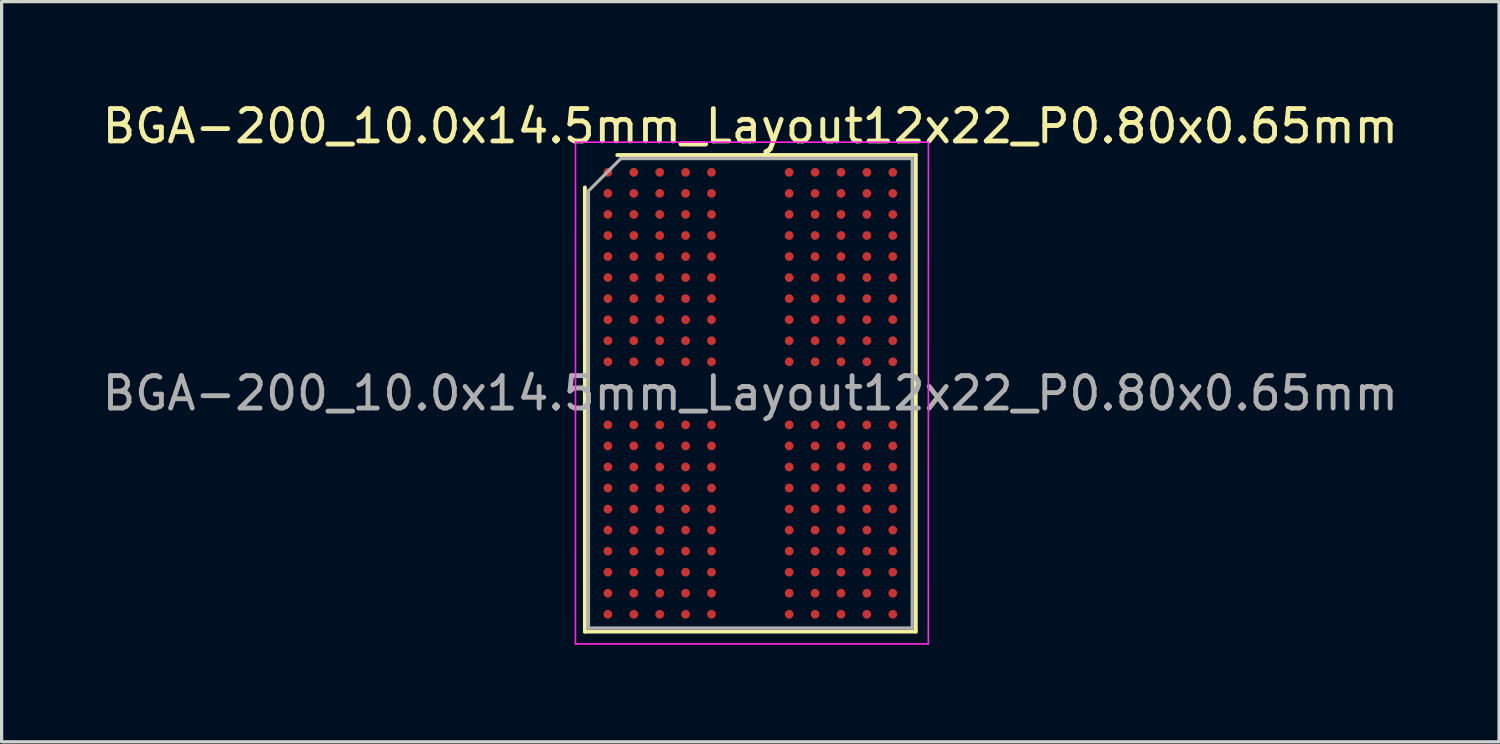
<source format=kicad_pcb>
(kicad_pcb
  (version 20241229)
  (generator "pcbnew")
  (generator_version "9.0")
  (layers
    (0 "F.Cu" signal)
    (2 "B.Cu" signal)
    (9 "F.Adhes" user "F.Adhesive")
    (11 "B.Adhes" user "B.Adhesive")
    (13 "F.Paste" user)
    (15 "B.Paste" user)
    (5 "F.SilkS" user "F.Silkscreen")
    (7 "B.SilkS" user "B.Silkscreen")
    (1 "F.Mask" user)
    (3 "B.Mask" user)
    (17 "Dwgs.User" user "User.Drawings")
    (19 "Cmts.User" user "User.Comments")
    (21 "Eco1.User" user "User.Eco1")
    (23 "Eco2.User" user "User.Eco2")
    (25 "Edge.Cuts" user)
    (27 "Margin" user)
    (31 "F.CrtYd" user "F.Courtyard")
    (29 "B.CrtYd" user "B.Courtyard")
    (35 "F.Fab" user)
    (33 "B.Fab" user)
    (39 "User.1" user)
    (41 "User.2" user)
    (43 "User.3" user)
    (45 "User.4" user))
  (footprint "BGA-200_10.0x14.5mm_Layout12x22_P0.80x0.65mm"
    (layer "F.Cu")
    (at 20.125 9.098)
    (property "Reference" "BGA-200_10.0x14.5mm_Layout12x22_P0.80x0.65mm" (at 0 -8.25 0) (layer "F.SilkS") (effects (font (size 1 1) (thickness 0.15))))
    (attr smd)
    (fp_line (start -5.11 7.36) (end -5.11 -6.36) (stroke (width 0.12) (type solid)) (layer "F.SilkS"))
    (fp_line (start -4.11 -7.36) (end 5.11 -7.36) (stroke (width 0.12) (type solid)) (layer "F.SilkS"))
    (fp_line (start 5.11 -7.36) (end 5.11 7.36) (stroke (width 0.12) (type solid)) (layer "F.SilkS"))
    (fp_line (start 5.11 7.36) (end -5.11 7.36) (stroke (width 0.12) (type solid)) (layer "F.SilkS"))
    (fp_line (start -5.402 7.74) (end 5.498 7.74) (stroke (width 0.05) (type solid)) (layer "F.CrtYd"))
    (fp_line (start -5.4 -7.756) (end -5.402 7.74) (stroke (width 0.05) (type solid)) (layer "F.CrtYd"))
    (fp_line (start 5.498 7.74) (end 5.5 -7.756) (stroke (width 0.05) (type solid)) (layer "F.CrtYd"))
    (fp_line (start 5.5 -7.756) (end -5.4 -7.756) (stroke (width 0.05) (type solid)) (layer "F.CrtYd"))
    (fp_line (start -5 -6.25) (end -4 -7.25) (stroke (width 0.1) (type solid)) (layer "F.Fab"))
    (fp_line (start -5 7.25) (end -5 -6.25) (stroke (width 0.1) (type solid)) (layer "F.Fab"))
    (fp_line (start -4 -7.25) (end 5 -7.25) (stroke (width 0.1) (type solid)) (layer "F.Fab"))
    (fp_line (start 5 -7.25) (end 5 7.25) (stroke (width 0.1) (type solid)) (layer "F.Fab"))
    (fp_line (start 5 7.25) (end -5 7.25) (stroke (width 0.1) (type solid)) (layer "F.Fab"))
    (fp_text user "${REFERENCE}" (at 0 0 0) (layer "F.Fab") (effects (font (size 1 1) (thickness 0.15))))
    (pad "A1" smd circle (at -4.4 -6.825) (size 0.27 0.27) (layers "F.Cu" "F.Mask" "F.Paste"))
    (pad "A2" smd circle (at -3.6 -6.825) (size 0.27 0.27) (layers "F.Cu" "F.Mask" "F.Paste"))
    (pad "A3" smd circle (at -2.8 -6.825) (size 0.27 0.27) (layers "F.Cu" "F.Mask" "F.Paste"))
    (pad "A4" smd circle (at -2 -6.825) (size 0.27 0.27) (layers "F.Cu" "F.Mask" "F.Paste"))
    (pad "A5" smd circle (at -1.2 -6.825) (size 0.27 0.27) (layers "F.Cu" "F.Mask" "F.Paste"))
    (pad "A8" smd circle (at 1.2 -6.825) (size 0.27 0.27) (layers "F.Cu" "F.Mask" "F.Paste"))
    (pad "A9" smd circle (at 2 -6.825) (size 0.27 0.27) (layers "F.Cu" "F.Mask" "F.Paste"))
    (pad "A10" smd circle (at 2.8 -6.825) (size 0.27 0.27) (layers "F.Cu" "F.Mask" "F.Paste"))
    (pad "A11" smd circle (at 3.6 -6.825) (size 0.27 0.27) (layers "F.Cu" "F.Mask" "F.Paste"))
    (pad "A12" smd circle (at 4.4 -6.825) (size 0.27 0.27) (layers "F.Cu" "F.Mask" "F.Paste"))
    (pad "AA1" smd circle (at -4.4 6.175) (size 0.27 0.27) (layers "F.Cu" "F.Mask" "F.Paste"))
    (pad "AA2" smd circle (at -3.6 6.175) (size 0.27 0.27) (layers "F.Cu" "F.Mask" "F.Paste"))
    (pad "AA3" smd circle (at -2.8 6.175) (size 0.27 0.27) (layers "F.Cu" "F.Mask" "F.Paste"))
    (pad "AA4" smd circle (at -2 6.175) (size 0.27 0.27) (layers "F.Cu" "F.Mask" "F.Paste"))
    (pad "AA5" smd circle (at -1.2 6.175) (size 0.27 0.27) (layers "F.Cu" "F.Mask" "F.Paste"))
    (pad "AA8" smd circle (at 1.2 6.175) (size 0.27 0.27) (layers "F.Cu" "F.Mask" "F.Paste"))
    (pad "AA9" smd circle (at 2 6.175) (size 0.27 0.27) (layers "F.Cu" "F.Mask" "F.Paste"))
    (pad "AA10" smd circle (at 2.8 6.175) (size 0.27 0.27) (layers "F.Cu" "F.Mask" "F.Paste"))
    (pad "AA11" smd circle (at 3.6 6.175) (size 0.27 0.27) (layers "F.Cu" "F.Mask" "F.Paste"))
    (pad "AA12" smd circle (at 4.4 6.175) (size 0.27 0.27) (layers "F.Cu" "F.Mask" "F.Paste"))
    (pad "AB1" smd circle (at -4.4 6.825) (size 0.27 0.27) (layers "F.Cu" "F.Mask" "F.Paste"))
    (pad "AB2" smd circle (at -3.6 6.825) (size 0.27 0.27) (layers "F.Cu" "F.Mask" "F.Paste"))
    (pad "AB3" smd circle (at -2.8 6.825) (size 0.27 0.27) (layers "F.Cu" "F.Mask" "F.Paste"))
    (pad "AB4" smd circle (at -2 6.825) (size 0.27 0.27) (layers "F.Cu" "F.Mask" "F.Paste"))
    (pad "AB5" smd circle (at -1.2 6.825) (size 0.27 0.27) (layers "F.Cu" "F.Mask" "F.Paste"))
    (pad "AB8" smd circle (at 1.2 6.825) (size 0.27 0.27) (layers "F.Cu" "F.Mask" "F.Paste"))
    (pad "AB9" smd circle (at 2 6.825) (size 0.27 0.27) (layers "F.Cu" "F.Mask" "F.Paste"))
    (pad "AB10" smd circle (at 2.8 6.825) (size 0.27 0.27) (layers "F.Cu" "F.Mask" "F.Paste"))
    (pad "AB11" smd circle (at 3.6 6.825) (size 0.27 0.27) (layers "F.Cu" "F.Mask" "F.Paste"))
    (pad "AB12" smd circle (at 4.4 6.825) (size 0.27 0.27) (layers "F.Cu" "F.Mask" "F.Paste"))
    (pad "B1" smd circle (at -4.4 -6.175) (size 0.27 0.27) (layers "F.Cu" "F.Mask" "F.Paste"))
    (pad "B2" smd circle (at -3.6 -6.175) (size 0.27 0.27) (layers "F.Cu" "F.Mask" "F.Paste"))
    (pad "B3" smd circle (at -2.8 -6.175) (size 0.27 0.27) (layers "F.Cu" "F.Mask" "F.Paste"))
    (pad "B4" smd circle (at -2 -6.175) (size 0.27 0.27) (layers "F.Cu" "F.Mask" "F.Paste"))
    (pad "B5" smd circle (at -1.2 -6.175) (size 0.27 0.27) (layers "F.Cu" "F.Mask" "F.Paste"))
    (pad "B8" smd circle (at 1.2 -6.175) (size 0.27 0.27) (layers "F.Cu" "F.Mask" "F.Paste"))
    (pad "B9" smd circle (at 2 -6.175) (size 0.27 0.27) (layers "F.Cu" "F.Mask" "F.Paste"))
    (pad "B10" smd circle (at 2.8 -6.175) (size 0.27 0.27) (layers "F.Cu" "F.Mask" "F.Paste"))
    (pad "B11" smd circle (at 3.6 -6.175) (size 0.27 0.27) (layers "F.Cu" "F.Mask" "F.Paste"))
    (pad "B12" smd circle (at 4.4 -6.175) (size 0.27 0.27) (layers "F.Cu" "F.Mask" "F.Paste"))
    (pad "C1" smd circle (at -4.4 -5.525) (size 0.27 0.27) (layers "F.Cu" "F.Mask" "F.Paste"))
    (pad "C2" smd circle (at -3.6 -5.525) (size 0.27 0.27) (layers "F.Cu" "F.Mask" "F.Paste"))
    (pad "C3" smd circle (at -2.8 -5.525) (size 0.27 0.27) (layers "F.Cu" "F.Mask" "F.Paste"))
    (pad "C4" smd circle (at -2 -5.525) (size 0.27 0.27) (layers "F.Cu" "F.Mask" "F.Paste"))
    (pad "C5" smd circle (at -1.2 -5.525) (size 0.27 0.27) (layers "F.Cu" "F.Mask" "F.Paste"))
    (pad "C8" smd circle (at 1.2 -5.525) (size 0.27 0.27) (layers "F.Cu" "F.Mask" "F.Paste"))
    (pad "C9" smd circle (at 2 -5.525) (size 0.27 0.27) (layers "F.Cu" "F.Mask" "F.Paste"))
    (pad "C10" smd circle (at 2.8 -5.525) (size 0.27 0.27) (layers "F.Cu" "F.Mask" "F.Paste"))
    (pad "C11" smd circle (at 3.6 -5.525) (size 0.27 0.27) (layers "F.Cu" "F.Mask" "F.Paste"))
    (pad "C12" smd circle (at 4.4 -5.525) (size 0.27 0.27) (layers "F.Cu" "F.Mask" "F.Paste"))
    (pad "D1" smd circle (at -4.4 -4.875) (size 0.27 0.27) (layers "F.Cu" "F.Mask" "F.Paste"))
    (pad "D2" smd circle (at -3.6 -4.875) (size 0.27 0.27) (layers "F.Cu" "F.Mask" "F.Paste"))
    (pad "D3" smd circle (at -2.8 -4.875) (size 0.27 0.27) (layers "F.Cu" "F.Mask" "F.Paste"))
    (pad "D4" smd circle (at -2 -4.875) (size 0.27 0.27) (layers "F.Cu" "F.Mask" "F.Paste"))
    (pad "D5" smd circle (at -1.2 -4.875) (size 0.27 0.27) (layers "F.Cu" "F.Mask" "F.Paste"))
    (pad "D8" smd circle (at 1.2 -4.875) (size 0.27 0.27) (layers "F.Cu" "F.Mask" "F.Paste"))
    (pad "D9" smd circle (at 2 -4.875) (size 0.27 0.27) (layers "F.Cu" "F.Mask" "F.Paste"))
    (pad "D10" smd circle (at 2.8 -4.875) (size 0.27 0.27) (layers "F.Cu" "F.Mask" "F.Paste"))
    (pad "D11" smd circle (at 3.6 -4.875) (size 0.27 0.27) (layers "F.Cu" "F.Mask" "F.Paste"))
    (pad "D12" smd circle (at 4.4 -4.875) (size 0.27 0.27) (layers "F.Cu" "F.Mask" "F.Paste"))
    (pad "E1" smd circle (at -4.4 -4.225) (size 0.27 0.27) (layers "F.Cu" "F.Mask" "F.Paste"))
    (pad "E2" smd circle (at -3.6 -4.225) (size 0.27 0.27) (layers "F.Cu" "F.Mask" "F.Paste"))
    (pad "E3" smd circle (at -2.8 -4.225) (size 0.27 0.27) (layers "F.Cu" "F.Mask" "F.Paste"))
    (pad "E4" smd circle (at -2 -4.225) (size 0.27 0.27) (layers "F.Cu" "F.Mask" "F.Paste"))
    (pad "E5" smd circle (at -1.2 -4.225) (size 0.27 0.27) (layers "F.Cu" "F.Mask" "F.Paste"))
    (pad "E8" smd circle (at 1.2 -4.225) (size 0.27 0.27) (layers "F.Cu" "F.Mask" "F.Paste"))
    (pad "E9" smd circle (at 2 -4.225) (size 0.27 0.27) (layers "F.Cu" "F.Mask" "F.Paste"))
    (pad "E10" smd circle (at 2.8 -4.225) (size 0.27 0.27) (layers "F.Cu" "F.Mask" "F.Paste"))
    (pad "E11" smd circle (at 3.6 -4.225) (size 0.27 0.27) (layers "F.Cu" "F.Mask" "F.Paste"))
    (pad "E12" smd circle (at 4.4 -4.225) (size 0.27 0.27) (layers "F.Cu" "F.Mask" "F.Paste"))
    (pad "F1" smd circle (at -4.4 -3.575) (size 0.27 0.27) (layers "F.Cu" "F.Mask" "F.Paste"))
    (pad "F2" smd circle (at -3.6 -3.575) (size 0.27 0.27) (layers "F.Cu" "F.Mask" "F.Paste"))
    (pad "F3" smd circle (at -2.8 -3.575) (size 0.27 0.27) (layers "F.Cu" "F.Mask" "F.Paste"))
    (pad "F4" smd circle (at -2 -3.575) (size 0.27 0.27) (layers "F.Cu" "F.Mask" "F.Paste"))
    (pad "F5" smd circle (at -1.2 -3.575) (size 0.27 0.27) (layers "F.Cu" "F.Mask" "F.Paste"))
    (pad "F8" smd circle (at 1.2 -3.575) (size 0.27 0.27) (layers "F.Cu" "F.Mask" "F.Paste"))
    (pad "F9" smd circle (at 2 -3.575) (size 0.27 0.27) (layers "F.Cu" "F.Mask" "F.Paste"))
    (pad "F10" smd circle (at 2.8 -3.575) (size 0.27 0.27) (layers "F.Cu" "F.Mask" "F.Paste"))
    (pad "F11" smd circle (at 3.6 -3.575) (size 0.27 0.27) (layers "F.Cu" "F.Mask" "F.Paste"))
    (pad "F12" smd circle (at 4.4 -3.575) (size 0.27 0.27) (layers "F.Cu" "F.Mask" "F.Paste"))
    (pad "G1" smd circle (at -4.4 -2.925) (size 0.27 0.27) (layers "F.Cu" "F.Mask" "F.Paste"))
    (pad "G2" smd circle (at -3.6 -2.925) (size 0.27 0.27) (layers "F.Cu" "F.Mask" "F.Paste"))
    (pad "G3" smd circle (at -2.8 -2.925) (size 0.27 0.27) (layers "F.Cu" "F.Mask" "F.Paste"))
    (pad "G4" smd circle (at -2 -2.925) (size 0.27 0.27) (layers "F.Cu" "F.Mask" "F.Paste"))
    (pad "G5" smd circle (at -1.2 -2.925) (size 0.27 0.27) (layers "F.Cu" "F.Mask" "F.Paste"))
    (pad "G8" smd circle (at 1.2 -2.925) (size 0.27 0.27) (layers "F.Cu" "F.Mask" "F.Paste"))
    (pad "G9" smd circle (at 2 -2.925) (size 0.27 0.27) (layers "F.Cu" "F.Mask" "F.Paste"))
    (pad "G10" smd circle (at 2.8 -2.925) (size 0.27 0.27) (layers "F.Cu" "F.Mask" "F.Paste"))
    (pad "G11" smd circle (at 3.6 -2.925) (size 0.27 0.27) (layers "F.Cu" "F.Mask" "F.Paste"))
    (pad "G12" smd circle (at 4.4 -2.925) (size 0.27 0.27) (layers "F.Cu" "F.Mask" "F.Paste"))
    (pad "H1" smd circle (at -4.4 -2.275) (size 0.27 0.27) (layers "F.Cu" "F.Mask" "F.Paste"))
    (pad "H2" smd circle (at -3.6 -2.275) (size 0.27 0.27) (layers "F.Cu" "F.Mask" "F.Paste"))
    (pad "H3" smd circle (at -2.8 -2.275) (size 0.27 0.27) (layers "F.Cu" "F.Mask" "F.Paste"))
    (pad "H4" smd circle (at -2 -2.275) (size 0.27 0.27) (layers "F.Cu" "F.Mask" "F.Paste"))
    (pad "H5" smd circle (at -1.2 -2.275) (size 0.27 0.27) (layers "F.Cu" "F.Mask" "F.Paste"))
    (pad "H8" smd circle (at 1.2 -2.275) (size 0.27 0.27) (layers "F.Cu" "F.Mask" "F.Paste"))
    (pad "H9" smd circle (at 2 -2.275) (size 0.27 0.27) (layers "F.Cu" "F.Mask" "F.Paste"))
    (pad "H10" smd circle (at 2.8 -2.275) (size 0.27 0.27) (layers "F.Cu" "F.Mask" "F.Paste"))
    (pad "H11" smd circle (at 3.6 -2.275) (size 0.27 0.27) (layers "F.Cu" "F.Mask" "F.Paste"))
    (pad "H12" smd circle (at 4.4 -2.275) (size 0.27 0.27) (layers "F.Cu" "F.Mask" "F.Paste"))
    (pad "J1" smd circle (at -4.4 -1.625) (size 0.27 0.27) (layers "F.Cu" "F.Mask" "F.Paste"))
    (pad "J2" smd circle (at -3.6 -1.625) (size 0.27 0.27) (layers "F.Cu" "F.Mask" "F.Paste"))
    (pad "J3" smd circle (at -2.8 -1.625) (size 0.27 0.27) (layers "F.Cu" "F.Mask" "F.Paste"))
    (pad "J4" smd circle (at -2 -1.625) (size 0.27 0.27) (layers "F.Cu" "F.Mask" "F.Paste"))
    (pad "J5" smd circle (at -1.2 -1.625) (size 0.27 0.27) (layers "F.Cu" "F.Mask" "F.Paste"))
    (pad "J8" smd circle (at 1.2 -1.625) (size 0.27 0.27) (layers "F.Cu" "F.Mask" "F.Paste"))
    (pad "J9" smd circle (at 2 -1.625) (size 0.27 0.27) (layers "F.Cu" "F.Mask" "F.Paste"))
    (pad "J10" smd circle (at 2.8 -1.625) (size 0.27 0.27) (layers "F.Cu" "F.Mask" "F.Paste"))
    (pad "J11" smd circle (at 3.6 -1.625) (size 0.27 0.27) (layers "F.Cu" "F.Mask" "F.Paste"))
    (pad "J12" smd circle (at 4.4 -1.625) (size 0.27 0.27) (layers "F.Cu" "F.Mask" "F.Paste"))
    (pad "K1" smd circle (at -4.4 -0.975) (size 0.27 0.27) (layers "F.Cu" "F.Mask" "F.Paste"))
    (pad "K2" smd circle (at -3.6 -0.975) (size 0.27 0.27) (layers "F.Cu" "F.Mask" "F.Paste"))
    (pad "K3" smd circle (at -2.8 -0.975) (size 0.27 0.27) (layers "F.Cu" "F.Mask" "F.Paste"))
    (pad "K4" smd circle (at -2 -0.975) (size 0.27 0.27) (layers "F.Cu" "F.Mask" "F.Paste"))
    (pad "K5" smd circle (at -1.2 -0.975) (size 0.27 0.27) (layers "F.Cu" "F.Mask" "F.Paste"))
    (pad "K8" smd circle (at 1.2 -0.975) (size 0.27 0.27) (layers "F.Cu" "F.Mask" "F.Paste"))
    (pad "K9" smd circle (at 2 -0.975) (size 0.27 0.27) (layers "F.Cu" "F.Mask" "F.Paste"))
    (pad "K10" smd circle (at 2.8 -0.975) (size 0.27 0.27) (layers "F.Cu" "F.Mask" "F.Paste"))
    (pad "K11" smd circle (at 3.6 -0.975) (size 0.27 0.27) (layers "F.Cu" "F.Mask" "F.Paste"))
    (pad "K12" smd circle (at 4.4 -0.975) (size 0.27 0.27) (layers "F.Cu" "F.Mask" "F.Paste"))
    (pad "N1" smd circle (at -4.4 0.975) (size 0.27 0.27) (layers "F.Cu" "F.Mask" "F.Paste"))
    (pad "N2" smd circle (at -3.6 0.975) (size 0.27 0.27) (layers "F.Cu" "F.Mask" "F.Paste"))
    (pad "N3" smd circle (at -2.8 0.975) (size 0.27 0.27) (layers "F.Cu" "F.Mask" "F.Paste"))
    (pad "N4" smd circle (at -2 0.975) (size 0.27 0.27) (layers "F.Cu" "F.Mask" "F.Paste"))
    (pad "N5" smd circle (at -1.2 0.975) (size 0.27 0.27) (layers "F.Cu" "F.Mask" "F.Paste"))
    (pad "N8" smd circle (at 1.2 0.975) (size 0.27 0.27) (layers "F.Cu" "F.Mask" "F.Paste"))
    (pad "N9" smd circle (at 2 0.975) (size 0.27 0.27) (layers "F.Cu" "F.Mask" "F.Paste"))
    (pad "N10" smd circle (at 2.8 0.975) (size 0.27 0.27) (layers "F.Cu" "F.Mask" "F.Paste"))
    (pad "N11" smd circle (at 3.6 0.975) (size 0.27 0.27) (layers "F.Cu" "F.Mask" "F.Paste"))
    (pad "N12" smd circle (at 4.4 0.975) (size 0.27 0.27) (layers "F.Cu" "F.Mask" "F.Paste"))
    (pad "P1" smd circle (at -4.4 1.625) (size 0.27 0.27) (layers "F.Cu" "F.Mask" "F.Paste"))
    (pad "P2" smd circle (at -3.6 1.625) (size 0.27 0.27) (layers "F.Cu" "F.Mask" "F.Paste"))
    (pad "P3" smd circle (at -2.8 1.625) (size 0.27 0.27) (layers "F.Cu" "F.Mask" "F.Paste"))
    (pad "P4" smd circle (at -2 1.625) (size 0.27 0.27) (layers "F.Cu" "F.Mask" "F.Paste"))
    (pad "P5" smd circle (at -1.2 1.625) (size 0.27 0.27) (layers "F.Cu" "F.Mask" "F.Paste"))
    (pad "P8" smd circle (at 1.2 1.625) (size 0.27 0.27) (layers "F.Cu" "F.Mask" "F.Paste"))
    (pad "P9" smd circle (at 2 1.625) (size 0.27 0.27) (layers "F.Cu" "F.Mask" "F.Paste"))
    (pad "P10" smd circle (at 2.8 1.625) (size 0.27 0.27) (layers "F.Cu" "F.Mask" "F.Paste"))
    (pad "P11" smd circle (at 3.6 1.625) (size 0.27 0.27) (layers "F.Cu" "F.Mask" "F.Paste"))
    (pad "P12" smd circle (at 4.4 1.625) (size 0.27 0.27) (layers "F.Cu" "F.Mask" "F.Paste"))
    (pad "R1" smd circle (at -4.4 2.275) (size 0.27 0.27) (layers "F.Cu" "F.Mask" "F.Paste"))
    (pad "R2" smd circle (at -3.6 2.275) (size 0.27 0.27) (layers "F.Cu" "F.Mask" "F.Paste"))
    (pad "R3" smd circle (at -2.8 2.275) (size 0.27 0.27) (layers "F.Cu" "F.Mask" "F.Paste"))
    (pad "R4" smd circle (at -2 2.275) (size 0.27 0.27) (layers "F.Cu" "F.Mask" "F.Paste"))
    (pad "R5" smd circle (at -1.2 2.275) (size 0.27 0.27) (layers "F.Cu" "F.Mask" "F.Paste"))
    (pad "R8" smd circle (at 1.2 2.275) (size 0.27 0.27) (layers "F.Cu" "F.Mask" "F.Paste"))
    (pad "R9" smd circle (at 2 2.275) (size 0.27 0.27) (layers "F.Cu" "F.Mask" "F.Paste"))
    (pad "R10" smd circle (at 2.8 2.275) (size 0.27 0.27) (layers "F.Cu" "F.Mask" "F.Paste"))
    (pad "R11" smd circle (at 3.6 2.275) (size 0.27 0.27) (layers "F.Cu" "F.Mask" "F.Paste"))
    (pad "R12" smd circle (at 4.4 2.275) (size 0.27 0.27) (layers "F.Cu" "F.Mask" "F.Paste"))
    (pad "T1" smd circle (at -4.4 2.925) (size 0.27 0.27) (layers "F.Cu" "F.Mask" "F.Paste"))
    (pad "T2" smd circle (at -3.6 2.925) (size 0.27 0.27) (layers "F.Cu" "F.Mask" "F.Paste"))
    (pad "T3" smd circle (at -2.8 2.925) (size 0.27 0.27) (layers "F.Cu" "F.Mask" "F.Paste"))
    (pad "T4" smd circle (at -2 2.925) (size 0.27 0.27) (layers "F.Cu" "F.Mask" "F.Paste"))
    (pad "T5" smd circle (at -1.2 2.925) (size 0.27 0.27) (layers "F.Cu" "F.Mask" "F.Paste"))
    (pad "T8" smd circle (at 1.2 2.925) (size 0.27 0.27) (layers "F.Cu" "F.Mask" "F.Paste"))
    (pad "T9" smd circle (at 2 2.925) (size 0.27 0.27) (layers "F.Cu" "F.Mask" "F.Paste"))
    (pad "T10" smd circle (at 2.8 2.925) (size 0.27 0.27) (layers "F.Cu" "F.Mask" "F.Paste"))
    (pad "T11" smd circle (at 3.6 2.925) (size 0.27 0.27) (layers "F.Cu" "F.Mask" "F.Paste"))
    (pad "T12" smd circle (at 4.4 2.925) (size 0.27 0.27) (layers "F.Cu" "F.Mask" "F.Paste"))
    (pad "U1" smd circle (at -4.4 3.575) (size 0.27 0.27) (layers "F.Cu" "F.Mask" "F.Paste"))
    (pad "U2" smd circle (at -3.6 3.575) (size 0.27 0.27) (layers "F.Cu" "F.Mask" "F.Paste"))
    (pad "U3" smd circle (at -2.8 3.575) (size 0.27 0.27) (layers "F.Cu" "F.Mask" "F.Paste"))
    (pad "U4" smd circle (at -2 3.575) (size 0.27 0.27) (layers "F.Cu" "F.Mask" "F.Paste"))
    (pad "U5" smd circle (at -1.2 3.575) (size 0.27 0.27) (layers "F.Cu" "F.Mask" "F.Paste"))
    (pad "U8" smd circle (at 1.2 3.575) (size 0.27 0.27) (layers "F.Cu" "F.Mask" "F.Paste"))
    (pad "U9" smd circle (at 2 3.575) (size 0.27 0.27) (layers "F.Cu" "F.Mask" "F.Paste"))
    (pad "U10" smd circle (at 2.8 3.575) (size 0.27 0.27) (layers "F.Cu" "F.Mask" "F.Paste"))
    (pad "U11" smd circle (at 3.6 3.575) (size 0.27 0.27) (layers "F.Cu" "F.Mask" "F.Paste"))
    (pad "U12" smd circle (at 4.4 3.575) (size 0.27 0.27) (layers "F.Cu" "F.Mask" "F.Paste"))
    (pad "V1" smd circle (at -4.4 4.225) (size 0.27 0.27) (layers "F.Cu" "F.Mask" "F.Paste"))
    (pad "V2" smd circle (at -3.6 4.225) (size 0.27 0.27) (layers "F.Cu" "F.Mask" "F.Paste"))
    (pad "V3" smd circle (at -2.8 4.225) (size 0.27 0.27) (layers "F.Cu" "F.Mask" "F.Paste"))
    (pad "V4" smd circle (at -2 4.225) (size 0.27 0.27) (layers "F.Cu" "F.Mask" "F.Paste"))
    (pad "V5" smd circle (at -1.2 4.225) (size 0.27 0.27) (layers "F.Cu" "F.Mask" "F.Paste"))
    (pad "V8" smd circle (at 1.2 4.225) (size 0.27 0.27) (layers "F.Cu" "F.Mask" "F.Paste"))
    (pad "V9" smd circle (at 2 4.225) (size 0.27 0.27) (layers "F.Cu" "F.Mask" "F.Paste"))
    (pad "V10" smd circle (at 2.8 4.225) (size 0.27 0.27) (layers "F.Cu" "F.Mask" "F.Paste"))
    (pad "V11" smd circle (at 3.6 4.225) (size 0.27 0.27) (layers "F.Cu" "F.Mask" "F.Paste"))
    (pad "V12" smd circle (at 4.4 4.225) (size 0.27 0.27) (layers "F.Cu" "F.Mask" "F.Paste"))
    (pad "W1" smd circle (at -4.4 4.875) (size 0.27 0.27) (layers "F.Cu" "F.Mask" "F.Paste"))
    (pad "W2" smd circle (at -3.6 4.875) (size 0.27 0.27) (layers "F.Cu" "F.Mask" "F.Paste"))
    (pad "W3" smd circle (at -2.8 4.875) (size 0.27 0.27) (layers "F.Cu" "F.Mask" "F.Paste"))
    (pad "W4" smd circle (at -2 4.875) (size 0.27 0.27) (layers "F.Cu" "F.Mask" "F.Paste"))
    (pad "W5" smd circle (at -1.2 4.875) (size 0.27 0.27) (layers "F.Cu" "F.Mask" "F.Paste"))
    (pad "W8" smd circle (at 1.2 4.875) (size 0.27 0.27) (layers "F.Cu" "F.Mask" "F.Paste"))
    (pad "W9" smd circle (at 2 4.875) (size 0.27 0.27) (layers "F.Cu" "F.Mask" "F.Paste"))
    (pad "W10" smd circle (at 2.8 4.875) (size 0.27 0.27) (layers "F.Cu" "F.Mask" "F.Paste"))
    (pad "W11" smd circle (at 3.6 4.875) (size 0.27 0.27) (layers "F.Cu" "F.Mask" "F.Paste"))
    (pad "W12" smd circle (at 4.4 4.875) (size 0.27 0.27) (layers "F.Cu" "F.Mask" "F.Paste"))
    (pad "Y1" smd circle (at -4.4 5.525) (size 0.27 0.27) (layers "F.Cu" "F.Mask" "F.Paste"))
    (pad "Y2" smd circle (at -3.6 5.525) (size 0.27 0.27) (layers "F.Cu" "F.Mask" "F.Paste"))
    (pad "Y3" smd circle (at -2.8 5.525) (size 0.27 0.27) (layers "F.Cu" "F.Mask" "F.Paste"))
    (pad "Y4" smd circle (at -2 5.525) (size 0.27 0.27) (layers "F.Cu" "F.Mask" "F.Paste"))
    (pad "Y5" smd circle (at -1.2 5.525) (size 0.27 0.27) (layers "F.Cu" "F.Mask" "F.Paste"))
    (pad "Y8" smd circle (at 1.2 5.525) (size 0.27 0.27) (layers "F.Cu" "F.Mask" "F.Paste"))
    (pad "Y9" smd circle (at 2 5.525) (size 0.27 0.27) (layers "F.Cu" "F.Mask" "F.Paste"))
    (pad "Y10" smd circle (at 2.8 5.525) (size 0.27 0.27) (layers "F.Cu" "F.Mask" "F.Paste"))
    (pad "Y11" smd circle (at 3.6 5.525) (size 0.27 0.27) (layers "F.Cu" "F.Mask" "F.Paste"))
    (pad "Y12" smd circle (at 4.4 5.525) (size 0.27 0.27) (layers "F.Cu" "F.Mask" "F.Paste")))
  (gr_rect
    (start -3 -3)
    (end 43.25 19.863)
    (stroke (width 0.1) (type default))
    (fill no)
    (layer "Edge.Cuts")))
</source>
